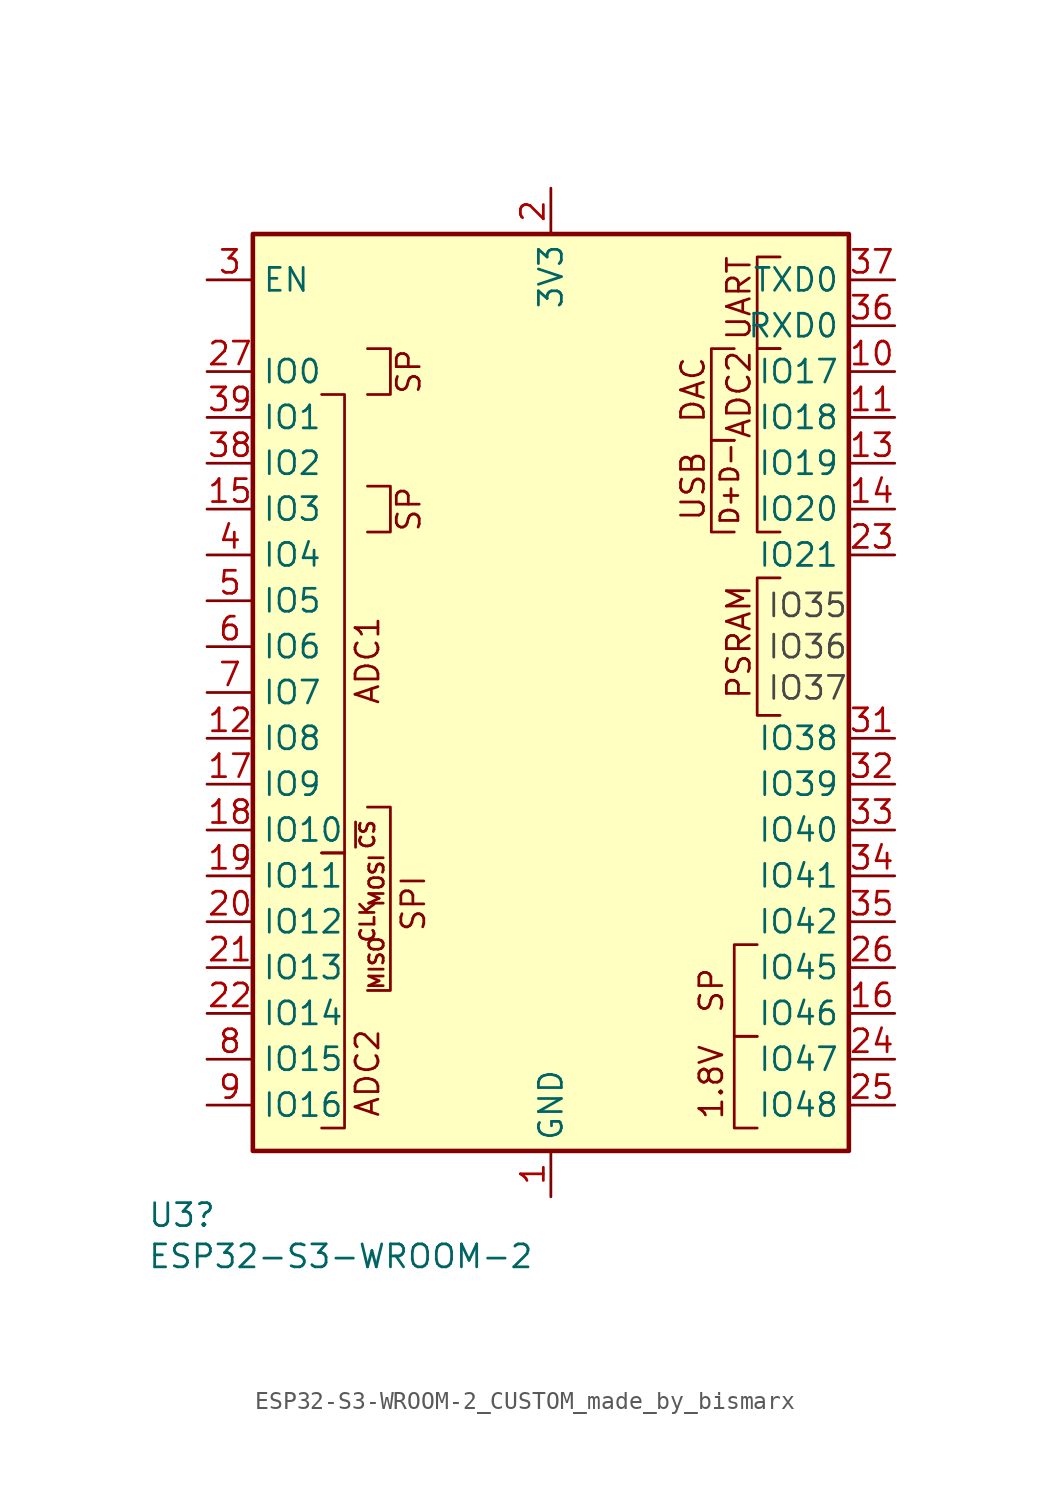
<source format=kicad_sym>
(kicad_symbol_lib
  (version 20231120)
  (generator "kicad_symbol_editor")
  (generator_version "8.0")
  (symbol "ESP32-S3-WROOM-2_CUSTOM_made_by_bismarx"
    (property "Reference" "U3"
      (at -26.162 -28.956 0)
      (effects (font (size 1.27 1.27)) (justify left)))
    (property "Value" "ESP32-S3-WROOM-2"
      (at -26.162 -31.242 0)
      (effects (font (size 1.27 1.27)) (justify left)))
    (symbol "ESP32-S3-WROOM-2_CUSTOM_made_by_bismarx_0_0"
      (rectangle (start -20.32 25.4) (end 12.7 -25.4) (stroke (width 0.254) (type default)) (fill (type background)))
      (text "PSRAM" (at 6.604 2.794 900) (effects (font (size 1.27 1.27)))))
    (symbol "ESP32-S3-WROOM-2_CUSTOM_made_by_bismarx_0_1"
      (polyline (pts (xy -16.51 -8.89) (xy -15.24 -8.89) (xy -15.24 -24.13) (xy -16.51 -24.13)) (stroke (width 0) (type default)) (fill (type none)))
      (polyline (pts (xy -16.51 16.51) (xy -15.24 16.51) (xy -15.24 -8.89) (xy -16.51 -8.89)) (stroke (width 0) (type default)) (fill (type none)))
      (polyline (pts (xy -13.97 -16.51) (xy -12.7 -16.51) (xy -12.7 -6.35) (xy -13.97 -6.35)) (stroke (width 0) (type default)) (fill (type none)))
      (polyline (pts (xy -13.97 8.89) (xy -12.7 8.89) (xy -12.7 11.43) (xy -13.97 11.43)) (stroke (width 0) (type default)) (fill (type none)))
      (polyline (pts (xy -13.97 16.51) (xy -12.7 16.51) (xy -12.7 19.05) (xy -13.97 19.05)) (stroke (width 0) (type default)) (fill (type none)))
      (polyline (pts (xy 6.35 8.89) (xy 5.08 8.89) (xy 5.08 13.97) (xy 6.35 13.97)) (stroke (width 0) (type default)) (fill (type none)))
      (polyline (pts (xy 6.35 13.97) (xy 5.08 13.97) (xy 5.08 19.05) (xy 6.35 19.05)) (stroke (width 0) (type default)) (fill (type none)))
      (polyline (pts (xy 7.62 -24.13) (xy 6.35 -24.13) (xy 6.35 -19.05) (xy 7.62 -19.05)) (stroke (width 0) (type default)) (fill (type none)))
      (polyline (pts (xy 7.62 -19.05) (xy 6.35 -19.05) (xy 6.35 -13.97) (xy 7.62 -13.97)) (stroke (width 0) (type default)) (fill (type none)))
      (polyline (pts (xy 8.89 -1.27) (xy 7.62 -1.27) (xy 7.62 6.35) (xy 8.89 6.35)) (stroke (width 0) (type default)) (fill (type none)))
      (polyline (pts (xy 8.89 8.89) (xy 7.62 8.89) (xy 7.62 19.05) (xy 8.89 19.05)) (stroke (width 0) (type default)) (fill (type none)))
      (polyline (pts (xy 8.89 19.05) (xy 7.62 19.05) (xy 7.62 24.13) (xy 8.89 24.13)) (stroke (width 0) (type default)) (fill (type none))))
    (symbol "ESP32-S3-WROOM-2_CUSTOM_made_by_bismarx_1_0"
      (text "1.8V" (at 5.08 -21.59 900) (effects (font (size 1.27 1.27))))
      (text "ADC1" (at -13.97 1.778 900) (effects (font (size 1.27 1.27))))
      (text "ADC2" (at -13.97 -21.082 900) (effects (font (size 1.27 1.27))))
      (text "ADC2" (at 6.604 16.51 900) (effects (font (size 1.27 1.27))))
      (text "CLK" (at -13.97 -12.7 900) (effects (font (size 0.8 0.8))))
      (text "D+" (at 6.096 10.414 900) (effects (font (size 1 1))))
      (text "D-" (at 6.096 12.7 900) (effects (font (size 1 1))))
      (text "DAC" (at 4.064 16.764 900) (effects (font (size 1.27 1.27))))
      (text "MISO" (at -13.462 -14.986 900) (effects (font (size 0.8 0.8))))
      (text "MOSI" (at -13.462 -10.414 900) (effects (font (size 0.8 0.8))))
      (text "SP" (at -11.684 10.16 900) (effects (font (size 1.27 1.27))))
      (text "SP" (at -11.684 17.78 900) (effects (font (size 1.27 1.27))))
      (text "SP" (at 5.08 -16.51 900) (effects (font (size 1.27 1.27))))
      (text "SPI" (at -11.43 -11.684 900) (effects (font (size 1.27 1.27))))
      (text "UART" (at 6.604 21.844 900) (effects (font (size 1.27 1.27))))
      (text "USB" (at 4.064 11.43 900) (effects (font (size 1.27 1.27))))
      (text "~{CS}" (at -13.97 -7.874 900) (effects (font (size 0.8 0.8)))))
    (symbol "ESP32-S3-WROOM-2_CUSTOM_made_by_bismarx_1_1"
      (text "IO35" (at 10.414 4.826 0) (effects (font (size 1.27 1.27) (color 72 72 72 1))))
      (text "IO36" (at 10.414 2.54 0) (effects (font (size 1.27 1.27) (color 72 72 72 1))))
      (text "IO37" (at 10.414 0.254 0) (effects (font (size 1.27 1.27) (color 72 72 72 1))))
      (pin power_in line (at -3.81 -27.94 90) (length 2.54) (name "GND" (effects (font (size 1.27 1.27)))) (number "1" (effects (font (size 1.27 1.27)))))
      (pin bidirectional line (at 15.24 17.78 180) (length 2.54) (name "IO17" (effects (font (size 1.27 1.27)))) (number "10" (effects (font (size 1.27 1.27)))))
      (pin bidirectional line (at 15.24 15.24 180) (length 2.54) (name "IO18" (effects (font (size 1.27 1.27)))) (number "11" (effects (font (size 1.27 1.27)))))
      (pin bidirectional line (at -22.86 -2.54 0) (length 2.54) (name "IO8" (effects (font (size 1.27 1.27)))) (number "12" (effects (font (size 1.27 1.27)))))
      (pin bidirectional line (at 15.24 12.7 180) (length 2.54) (name "IO19" (effects (font (size 1.27 1.27)))) (number "13" (effects (font (size 1.27 1.27)))))
      (pin bidirectional line (at 15.24 10.16 180) (length 2.54) (name "IO20" (effects (font (size 1.27 1.27)))) (number "14" (effects (font (size 1.27 1.27)))))
      (pin bidirectional line (at -22.86 10.16 0) (length 2.54) (name "IO3" (effects (font (size 1.27 1.27)))) (number "15" (effects (font (size 1.27 1.27)))))
      (pin bidirectional line (at 15.24 -17.78 180) (length 2.54) (name "IO46" (effects (font (size 1.27 1.27)))) (number "16" (effects (font (size 1.27 1.27)))))
      (pin bidirectional line (at -22.86 -5.08 0) (length 2.54) (name "IO9" (effects (font (size 1.27 1.27)))) (number "17" (effects (font (size 1.27 1.27)))))
      (pin bidirectional line (at -22.86 -7.62 0) (length 2.54) (name "IO10" (effects (font (size 1.27 1.27)))) (number "18" (effects (font (size 1.27 1.27)))))
      (pin bidirectional line (at -22.86 -10.16 0) (length 2.54) (name "IO11" (effects (font (size 1.27 1.27)))) (number "19" (effects (font (size 1.27 1.27)))))
      (pin power_in line (at -3.81 27.94 270) (length 2.54) (name "3V3" (effects (font (size 1.27 1.27)))) (number "2" (effects (font (size 1.27 1.27)))))
      (pin bidirectional line (at -22.86 -12.7 0) (length 2.54) (name "IO12" (effects (font (size 1.27 1.27)))) (number "20" (effects (font (size 1.27 1.27)))))
      (pin bidirectional line (at -22.86 -15.24 0) (length 2.54) (name "IO13" (effects (font (size 1.27 1.27)))) (number "21" (effects (font (size 1.27 1.27)))))
      (pin bidirectional line (at -22.86 -17.78 0) (length 2.54) (name "IO14" (effects (font (size 1.27 1.27)))) (number "22" (effects (font (size 1.27 1.27)))))
      (pin bidirectional line (at 15.24 7.62 180) (length 2.54) (name "IO21" (effects (font (size 1.27 1.27)))) (number "23" (effects (font (size 1.27 1.27)))))
      (pin bidirectional line (at 15.24 -20.32 180) (length 2.54) (name "IO47" (effects (font (size 1.27 1.27)))) (number "24" (effects (font (size 1.27 1.27)))))
      (pin bidirectional line (at 15.24 -22.86 180) (length 2.54) (name "IO48" (effects (font (size 1.27 1.27)))) (number "25" (effects (font (size 1.27 1.27)))))
      (pin bidirectional line (at 15.24 -15.24 180) (length 2.54) (name "IO45" (effects (font (size 1.27 1.27)))) (number "26" (effects (font (size 1.27 1.27)))))
      (pin bidirectional line (at -22.86 17.78 0) (length 2.54) (name "IO0" (effects (font (size 1.27 1.27)))) (number "27" (effects (font (size 1.27 1.27)))))
      (pin input line (at -22.86 22.86 0) (length 2.54) (name "EN" (effects (font (size 1.27 1.27)))) (number "3" (effects (font (size 1.27 1.27)))))
      (pin bidirectional line (at 15.24 -2.54 180) (length 2.54) (name "IO38" (effects (font (size 1.27 1.27)))) (number "31" (effects (font (size 1.27 1.27)))))
      (pin bidirectional line (at 15.24 -5.08 180) (length 2.54) (name "IO39" (effects (font (size 1.27 1.27)))) (number "32" (effects (font (size 1.27 1.27)))))
      (pin bidirectional line (at 15.24 -7.62 180) (length 2.54) (name "IO40" (effects (font (size 1.27 1.27)))) (number "33" (effects (font (size 1.27 1.27)))))
      (pin bidirectional line (at 15.24 -10.16 180) (length 2.54) (name "IO41" (effects (font (size 1.27 1.27)))) (number "34" (effects (font (size 1.27 1.27)))))
      (pin bidirectional line (at 15.24 -12.7 180) (length 2.54) (name "IO42" (effects (font (size 1.27 1.27)))) (number "35" (effects (font (size 1.27 1.27)))))
      (pin bidirectional line (at 15.24 20.32 180) (length 2.54) (name "RXD0" (effects (font (size 1.27 1.27)))) (number "36" (effects (font (size 1.27 1.27)))))
      (pin bidirectional line (at 15.24 22.86 180) (length 2.54) (name "TXD0" (effects (font (size 1.27 1.27)))) (number "37" (effects (font (size 1.27 1.27)))))
      (pin bidirectional line (at -22.86 12.7 0) (length 2.54) (name "IO2" (effects (font (size 1.27 1.27)))) (number "38" (effects (font (size 1.27 1.27)))))
      (pin bidirectional line (at -22.86 15.24 0) (length 2.54) (name "IO1" (effects (font (size 1.27 1.27)))) (number "39" (effects (font (size 1.27 1.27)))))
      (pin bidirectional line (at -22.86 7.62 0) (length 2.54) (name "IO4" (effects (font (size 1.27 1.27)))) (number "4" (effects (font (size 1.27 1.27)))))
      (pin passive line (at -3.81 -27.94 90) (length 2.54) hide (name "GND" (effects (font (size 1.27 1.27)))) (number "40" (effects (font (size 1.27 1.27)))))
      (pin passive line (at -3.81 -27.94 90) (length 2.54) hide (name "GND" (effects (font (size 1.27 1.27)))) (number "41" (effects (font (size 1.27 1.27)))))
      (pin bidirectional line (at -22.86 5.08 0) (length 2.54) (name "IO5" (effects (font (size 1.27 1.27)))) (number "5" (effects (font (size 1.27 1.27)))))
      (pin bidirectional line (at -22.86 2.54 0) (length 2.54) (name "IO6" (effects (font (size 1.27 1.27)))) (number "6" (effects (font (size 1.27 1.27)))))
      (pin bidirectional line (at -22.86 0 0) (length 2.54) (name "IO7" (effects (font (size 1.27 1.27)))) (number "7" (effects (font (size 1.27 1.27)))))
      (pin bidirectional line (at -22.86 -20.32 0) (length 2.54) (name "IO15" (effects (font (size 1.27 1.27)))) (number "8" (effects (font (size 1.27 1.27)))))
      (pin bidirectional line (at -22.86 -22.86 0) (length 2.54) (name "IO16" (effects (font (size 1.27 1.27)))) (number "9" (effects (font (size 1.27 1.27))))))))
</source>
